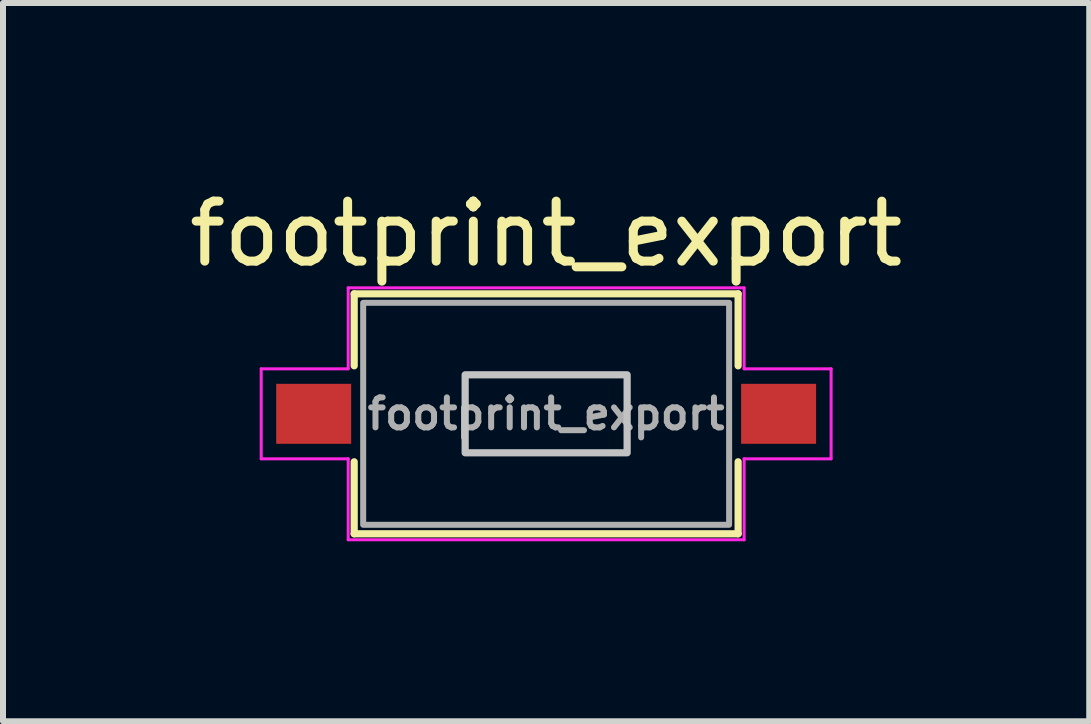
<source format=kicad_pcb>
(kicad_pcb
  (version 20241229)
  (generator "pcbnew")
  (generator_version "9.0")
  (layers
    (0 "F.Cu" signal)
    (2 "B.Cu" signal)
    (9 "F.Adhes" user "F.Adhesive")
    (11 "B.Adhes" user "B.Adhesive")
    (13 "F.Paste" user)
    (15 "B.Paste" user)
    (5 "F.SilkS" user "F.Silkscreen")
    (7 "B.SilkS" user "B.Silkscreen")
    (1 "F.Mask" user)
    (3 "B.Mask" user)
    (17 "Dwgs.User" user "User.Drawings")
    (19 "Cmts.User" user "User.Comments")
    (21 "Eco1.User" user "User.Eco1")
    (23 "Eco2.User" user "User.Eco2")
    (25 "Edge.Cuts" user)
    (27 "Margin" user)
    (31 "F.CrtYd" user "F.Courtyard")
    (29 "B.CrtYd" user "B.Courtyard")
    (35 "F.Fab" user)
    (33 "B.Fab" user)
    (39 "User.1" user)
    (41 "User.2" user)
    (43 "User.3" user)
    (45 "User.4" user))
  (footprint "footprint_export"
    (layer "F.Cu")
    (at 6.054 3.848)
    (property "Reference" "footprint_export" (at 0 -3 0) (unlocked yes) (layer "F.SilkS") (effects (font (size 1 1) (thickness 0.15))))
    (attr smd)
    (fp_line (start -3.2 -2) (end -3.2 -0.8) (stroke (width 0.12) (type solid)) (layer "F.SilkS"))
    (fp_line (start -3.2 0.8) (end -3.2 2) (stroke (width 0.12) (type solid)) (layer "F.SilkS"))
    (fp_line (start -3.2 2) (end 3.2 2) (stroke (width 0.12) (type solid)) (layer "F.SilkS"))
    (fp_line (start 3.2 -2) (end -3.2 -2) (stroke (width 0.12) (type solid)) (layer "F.SilkS"))
    (fp_line (start 3.2 -0.8) (end 3.2 -2) (stroke (width 0.12) (type solid)) (layer "F.SilkS"))
    (fp_line (start 3.2 2) (end 3.2 0.8) (stroke (width 0.12) (type solid)) (layer "F.SilkS"))
    (fp_rect (start -1.35 -0.65) (end 1.35 0.65) (stroke (width 0.12) (type solid)) (fill no) (layer "Dwgs.User"))
    (fp_line (start -4.75 -0.75) (end -3.3 -0.75) (stroke (width 0.05) (type solid)) (layer "F.CrtYd"))
    (fp_line (start -4.75 0.75) (end -4.75 -0.75) (stroke (width 0.05) (type solid)) (layer "F.CrtYd"))
    (fp_line (start -3.3 -2.1) (end 3.3 -2.1) (stroke (width 0.05) (type solid)) (layer "F.CrtYd"))
    (fp_line (start -3.3 -0.75) (end -3.3 -2.1) (stroke (width 0.05) (type solid)) (layer "F.CrtYd"))
    (fp_line (start -3.3 0.75) (end -4.75 0.75) (stroke (width 0.05) (type solid)) (layer "F.CrtYd"))
    (fp_line (start -3.3 2.1) (end -3.3 0.75) (stroke (width 0.05) (type solid)) (layer "F.CrtYd"))
    (fp_line (start 3.3 -2.1) (end 3.3 -0.75) (stroke (width 0.05) (type solid)) (layer "F.CrtYd"))
    (fp_line (start 3.3 -0.75) (end 4.75 -0.75) (stroke (width 0.05) (type solid)) (layer "F.CrtYd"))
    (fp_line (start 3.3 0.75) (end 3.3 2.1) (stroke (width 0.05) (type solid)) (layer "F.CrtYd"))
    (fp_line (start 3.3 2.1) (end -3.3 2.1) (stroke (width 0.05) (type solid)) (layer "F.CrtYd"))
    (fp_line (start 4.75 -0.75) (end 4.75 0.75) (stroke (width 0.05) (type solid)) (layer "F.CrtYd"))
    (fp_line (start 4.75 0.75) (end 3.3 0.75) (stroke (width 0.05) (type solid)) (layer "F.CrtYd"))
    (fp_rect (start -3.05 -1.85) (end 3.05 1.85) (stroke (width 0.1) (type solid)) (fill no) (layer "F.Fab"))
    (fp_text user "${REFERENCE}" (at 0 0 0) (unlocked yes) (layer "F.Fab") (effects (font (size 0.5 0.5) (thickness 0.1))))
    (pad "1" smd rect (at -3.875 0) (size 1.25 1) (layers "F.Cu" "F.Mask" "F.Paste"))
    (pad "2" smd rect (at 3.875 0) (size 1.25 1) (layers "F.Cu" "F.Mask" "F.Paste")))
  (gr_rect
    (start -3 -3)
    (end 15.107 8.973)
    (stroke (width 0.1) (type default))
    (fill no)
    (layer "Edge.Cuts")))
</source>
